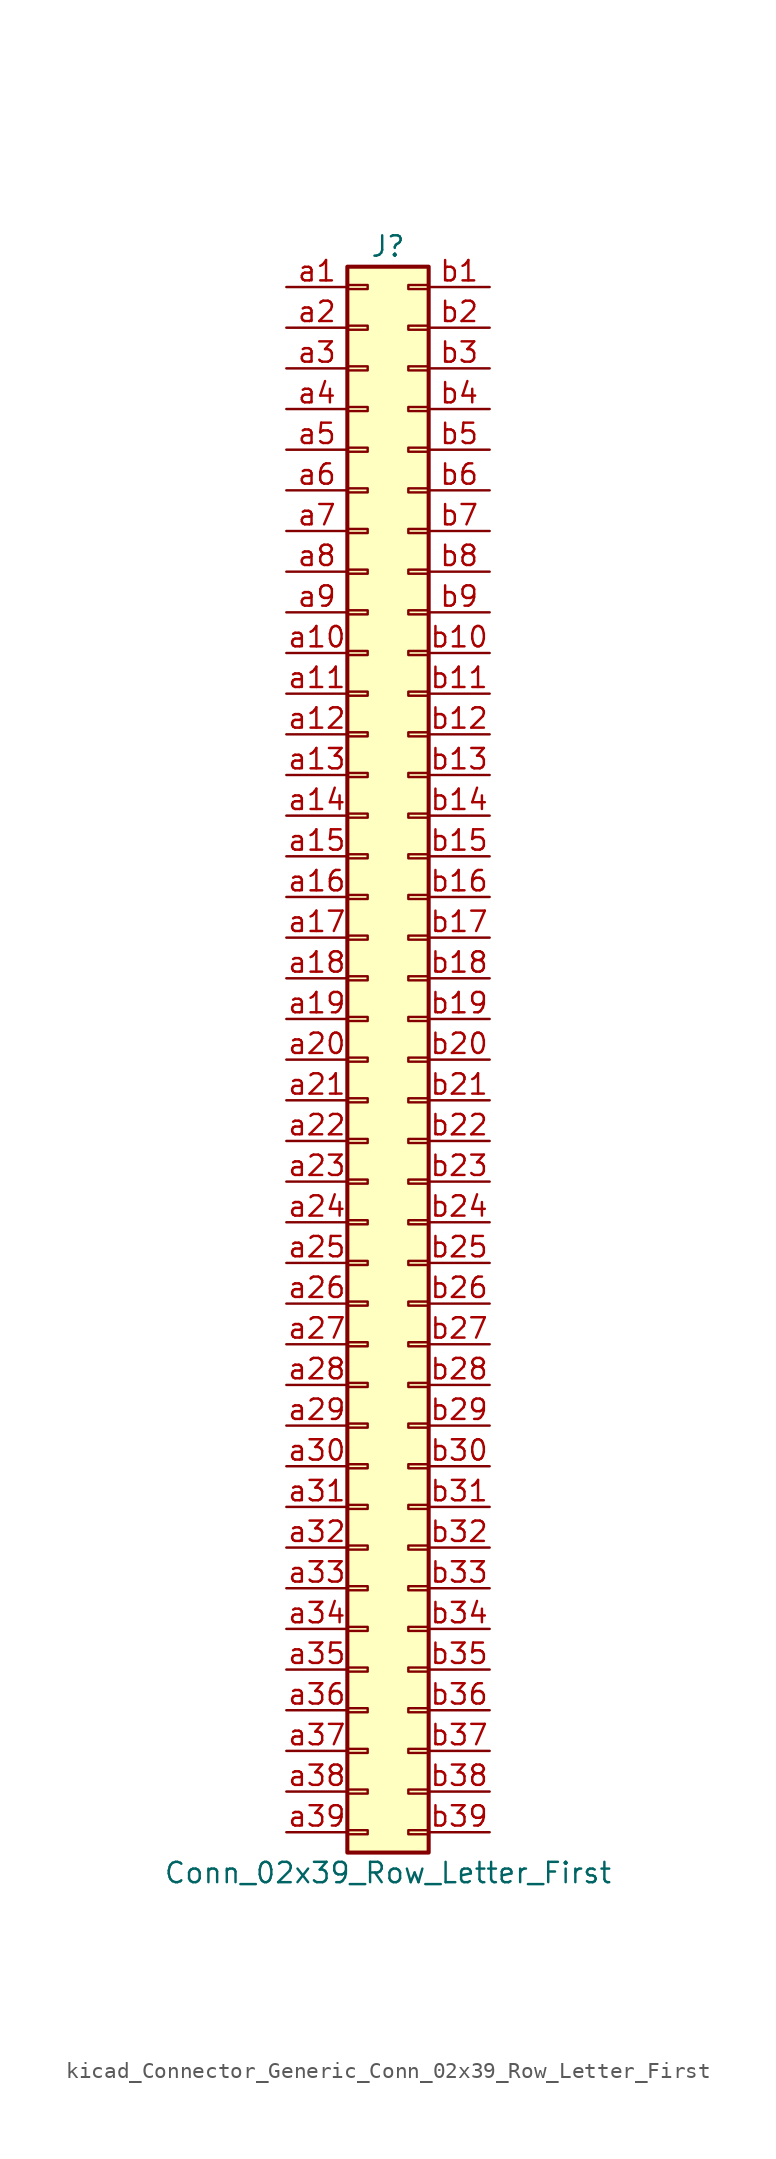
<source format=kicad_sym>
(kicad_symbol_lib
  (version 20220914)
  (generator kicad_symbol_editor)
  (symbol "kicad_Connector_Generic_Conn_02x39_Row_Letter_First"
    (pin_names
      (offset 1.016) hide)
    (property "Reference" "J"
      (at 1.27 50.8 0)
      (effects (font (size 1.27 1.27))))
    (property "Value" "Conn_02x39_Row_Letter_First"
      (at 1.27 -50.8 0)
      (effects (font (size 1.27 1.27))))
    (symbol "kicad_Connector_Generic_Conn_02x39_Row_Letter_First_1_1"
      (rectangle (start -1.27 -48.133) (end 0 -48.387) (stroke (width 0.152) (type default)) (fill (type none)))
      (rectangle (start -1.27 -45.593) (end 0 -45.847) (stroke (width 0.152) (type default)) (fill (type none)))
      (rectangle (start -1.27 -43.053) (end 0 -43.307) (stroke (width 0.152) (type default)) (fill (type none)))
      (rectangle (start -1.27 -40.513) (end 0 -40.767) (stroke (width 0.152) (type default)) (fill (type none)))
      (rectangle (start -1.27 -37.973) (end 0 -38.227) (stroke (width 0.152) (type default)) (fill (type none)))
      (rectangle (start -1.27 -35.433) (end 0 -35.687) (stroke (width 0.152) (type default)) (fill (type none)))
      (rectangle (start -1.27 -32.893) (end 0 -33.147) (stroke (width 0.152) (type default)) (fill (type none)))
      (rectangle (start -1.27 -30.353) (end 0 -30.607) (stroke (width 0.152) (type default)) (fill (type none)))
      (rectangle (start -1.27 -27.813) (end 0 -28.067) (stroke (width 0.152) (type default)) (fill (type none)))
      (rectangle (start -1.27 -25.273) (end 0 -25.527) (stroke (width 0.152) (type default)) (fill (type none)))
      (rectangle (start -1.27 -22.733) (end 0 -22.987) (stroke (width 0.152) (type default)) (fill (type none)))
      (rectangle (start -1.27 -20.193) (end 0 -20.447) (stroke (width 0.152) (type default)) (fill (type none)))
      (rectangle (start -1.27 -17.653) (end 0 -17.907) (stroke (width 0.152) (type default)) (fill (type none)))
      (rectangle (start -1.27 -15.113) (end 0 -15.367) (stroke (width 0.152) (type default)) (fill (type none)))
      (rectangle (start -1.27 -12.573) (end 0 -12.827) (stroke (width 0.152) (type default)) (fill (type none)))
      (rectangle (start -1.27 -10.033) (end 0 -10.287) (stroke (width 0.152) (type default)) (fill (type none)))
      (rectangle (start -1.27 -7.493) (end 0 -7.747) (stroke (width 0.152) (type default)) (fill (type none)))
      (rectangle (start -1.27 -4.953) (end 0 -5.207) (stroke (width 0.152) (type default)) (fill (type none)))
      (rectangle (start -1.27 -2.413) (end 0 -2.667) (stroke (width 0.152) (type default)) (fill (type none)))
      (rectangle (start -1.27 0.127) (end 0 -0.127) (stroke (width 0.152) (type default)) (fill (type none)))
      (rectangle (start -1.27 2.667) (end 0 2.413) (stroke (width 0.152) (type default)) (fill (type none)))
      (rectangle (start -1.27 5.207) (end 0 4.953) (stroke (width 0.152) (type default)) (fill (type none)))
      (rectangle (start -1.27 7.747) (end 0 7.493) (stroke (width 0.152) (type default)) (fill (type none)))
      (rectangle (start -1.27 10.287) (end 0 10.033) (stroke (width 0.152) (type default)) (fill (type none)))
      (rectangle (start -1.27 12.827) (end 0 12.573) (stroke (width 0.152) (type default)) (fill (type none)))
      (rectangle (start -1.27 15.367) (end 0 15.113) (stroke (width 0.152) (type default)) (fill (type none)))
      (rectangle (start -1.27 17.907) (end 0 17.653) (stroke (width 0.152) (type default)) (fill (type none)))
      (rectangle (start -1.27 20.447) (end 0 20.193) (stroke (width 0.152) (type default)) (fill (type none)))
      (rectangle (start -1.27 22.987) (end 0 22.733) (stroke (width 0.152) (type default)) (fill (type none)))
      (rectangle (start -1.27 25.527) (end 0 25.273) (stroke (width 0.152) (type default)) (fill (type none)))
      (rectangle (start -1.27 28.067) (end 0 27.813) (stroke (width 0.152) (type default)) (fill (type none)))
      (rectangle (start -1.27 30.607) (end 0 30.353) (stroke (width 0.152) (type default)) (fill (type none)))
      (rectangle (start -1.27 33.147) (end 0 32.893) (stroke (width 0.152) (type default)) (fill (type none)))
      (rectangle (start -1.27 35.687) (end 0 35.433) (stroke (width 0.152) (type default)) (fill (type none)))
      (rectangle (start -1.27 38.227) (end 0 37.973) (stroke (width 0.152) (type default)) (fill (type none)))
      (rectangle (start -1.27 40.767) (end 0 40.513) (stroke (width 0.152) (type default)) (fill (type none)))
      (rectangle (start -1.27 43.307) (end 0 43.053) (stroke (width 0.152) (type default)) (fill (type none)))
      (rectangle (start -1.27 45.847) (end 0 45.593) (stroke (width 0.152) (type default)) (fill (type none)))
      (rectangle (start -1.27 48.387) (end 0 48.133) (stroke (width 0.152) (type default)) (fill (type none)))
      (rectangle (start -1.27 49.53) (end 3.81 -49.53) (stroke (width 0.254) (type default)) (fill (type background)))
      (rectangle (start 3.81 -48.133) (end 2.54 -48.387) (stroke (width 0.152) (type default)) (fill (type none)))
      (rectangle (start 3.81 -45.593) (end 2.54 -45.847) (stroke (width 0.152) (type default)) (fill (type none)))
      (rectangle (start 3.81 -43.053) (end 2.54 -43.307) (stroke (width 0.152) (type default)) (fill (type none)))
      (rectangle (start 3.81 -40.513) (end 2.54 -40.767) (stroke (width 0.152) (type default)) (fill (type none)))
      (rectangle (start 3.81 -37.973) (end 2.54 -38.227) (stroke (width 0.152) (type default)) (fill (type none)))
      (rectangle (start 3.81 -35.433) (end 2.54 -35.687) (stroke (width 0.152) (type default)) (fill (type none)))
      (rectangle (start 3.81 -32.893) (end 2.54 -33.147) (stroke (width 0.152) (type default)) (fill (type none)))
      (rectangle (start 3.81 -30.353) (end 2.54 -30.607) (stroke (width 0.152) (type default)) (fill (type none)))
      (rectangle (start 3.81 -27.813) (end 2.54 -28.067) (stroke (width 0.152) (type default)) (fill (type none)))
      (rectangle (start 3.81 -25.273) (end 2.54 -25.527) (stroke (width 0.152) (type default)) (fill (type none)))
      (rectangle (start 3.81 -22.733) (end 2.54 -22.987) (stroke (width 0.152) (type default)) (fill (type none)))
      (rectangle (start 3.81 -20.193) (end 2.54 -20.447) (stroke (width 0.152) (type default)) (fill (type none)))
      (rectangle (start 3.81 -17.653) (end 2.54 -17.907) (stroke (width 0.152) (type default)) (fill (type none)))
      (rectangle (start 3.81 -15.113) (end 2.54 -15.367) (stroke (width 0.152) (type default)) (fill (type none)))
      (rectangle (start 3.81 -12.573) (end 2.54 -12.827) (stroke (width 0.152) (type default)) (fill (type none)))
      (rectangle (start 3.81 -10.033) (end 2.54 -10.287) (stroke (width 0.152) (type default)) (fill (type none)))
      (rectangle (start 3.81 -7.493) (end 2.54 -7.747) (stroke (width 0.152) (type default)) (fill (type none)))
      (rectangle (start 3.81 -4.953) (end 2.54 -5.207) (stroke (width 0.152) (type default)) (fill (type none)))
      (rectangle (start 3.81 -2.413) (end 2.54 -2.667) (stroke (width 0.152) (type default)) (fill (type none)))
      (rectangle (start 3.81 0.127) (end 2.54 -0.127) (stroke (width 0.152) (type default)) (fill (type none)))
      (rectangle (start 3.81 2.667) (end 2.54 2.413) (stroke (width 0.152) (type default)) (fill (type none)))
      (rectangle (start 3.81 5.207) (end 2.54 4.953) (stroke (width 0.152) (type default)) (fill (type none)))
      (rectangle (start 3.81 7.747) (end 2.54 7.493) (stroke (width 0.152) (type default)) (fill (type none)))
      (rectangle (start 3.81 10.287) (end 2.54 10.033) (stroke (width 0.152) (type default)) (fill (type none)))
      (rectangle (start 3.81 12.827) (end 2.54 12.573) (stroke (width 0.152) (type default)) (fill (type none)))
      (rectangle (start 3.81 15.367) (end 2.54 15.113) (stroke (width 0.152) (type default)) (fill (type none)))
      (rectangle (start 3.81 17.907) (end 2.54 17.653) (stroke (width 0.152) (type default)) (fill (type none)))
      (rectangle (start 3.81 20.447) (end 2.54 20.193) (stroke (width 0.152) (type default)) (fill (type none)))
      (rectangle (start 3.81 22.987) (end 2.54 22.733) (stroke (width 0.152) (type default)) (fill (type none)))
      (rectangle (start 3.81 25.527) (end 2.54 25.273) (stroke (width 0.152) (type default)) (fill (type none)))
      (rectangle (start 3.81 28.067) (end 2.54 27.813) (stroke (width 0.152) (type default)) (fill (type none)))
      (rectangle (start 3.81 30.607) (end 2.54 30.353) (stroke (width 0.152) (type default)) (fill (type none)))
      (rectangle (start 3.81 33.147) (end 2.54 32.893) (stroke (width 0.152) (type default)) (fill (type none)))
      (rectangle (start 3.81 35.687) (end 2.54 35.433) (stroke (width 0.152) (type default)) (fill (type none)))
      (rectangle (start 3.81 38.227) (end 2.54 37.973) (stroke (width 0.152) (type default)) (fill (type none)))
      (rectangle (start 3.81 40.767) (end 2.54 40.513) (stroke (width 0.152) (type default)) (fill (type none)))
      (rectangle (start 3.81 43.307) (end 2.54 43.053) (stroke (width 0.152) (type default)) (fill (type none)))
      (rectangle (start 3.81 45.847) (end 2.54 45.593) (stroke (width 0.152) (type default)) (fill (type none)))
      (rectangle (start 3.81 48.387) (end 2.54 48.133) (stroke (width 0.152) (type default)) (fill (type none)))
      (pin passive line (at -5.08 48.26 0) (length 3.81) (name "Pin_a1" (effects (font (size 1.27 1.27)))) (number "a1" (effects (font (size 1.27 1.27)))))
      (pin passive line (at -5.08 25.4 0) (length 3.81) (name "Pin_a10" (effects (font (size 1.27 1.27)))) (number "a10" (effects (font (size 1.27 1.27)))))
      (pin passive line (at -5.08 22.86 0) (length 3.81) (name "Pin_a11" (effects (font (size 1.27 1.27)))) (number "a11" (effects (font (size 1.27 1.27)))))
      (pin passive line (at -5.08 20.32 0) (length 3.81) (name "Pin_a12" (effects (font (size 1.27 1.27)))) (number "a12" (effects (font (size 1.27 1.27)))))
      (pin passive line (at -5.08 17.78 0) (length 3.81) (name "Pin_a13" (effects (font (size 1.27 1.27)))) (number "a13" (effects (font (size 1.27 1.27)))))
      (pin passive line (at -5.08 15.24 0) (length 3.81) (name "Pin_a14" (effects (font (size 1.27 1.27)))) (number "a14" (effects (font (size 1.27 1.27)))))
      (pin passive line (at -5.08 12.7 0) (length 3.81) (name "Pin_a15" (effects (font (size 1.27 1.27)))) (number "a15" (effects (font (size 1.27 1.27)))))
      (pin passive line (at -5.08 10.16 0) (length 3.81) (name "Pin_a16" (effects (font (size 1.27 1.27)))) (number "a16" (effects (font (size 1.27 1.27)))))
      (pin passive line (at -5.08 7.62 0) (length 3.81) (name "Pin_a17" (effects (font (size 1.27 1.27)))) (number "a17" (effects (font (size 1.27 1.27)))))
      (pin passive line (at -5.08 5.08 0) (length 3.81) (name "Pin_a18" (effects (font (size 1.27 1.27)))) (number "a18" (effects (font (size 1.27 1.27)))))
      (pin passive line (at -5.08 2.54 0) (length 3.81) (name "Pin_a19" (effects (font (size 1.27 1.27)))) (number "a19" (effects (font (size 1.27 1.27)))))
      (pin passive line (at -5.08 45.72 0) (length 3.81) (name "Pin_a2" (effects (font (size 1.27 1.27)))) (number "a2" (effects (font (size 1.27 1.27)))))
      (pin passive line (at -5.08 0 0) (length 3.81) (name "Pin_a20" (effects (font (size 1.27 1.27)))) (number "a20" (effects (font (size 1.27 1.27)))))
      (pin passive line (at -5.08 -2.54 0) (length 3.81) (name "Pin_a21" (effects (font (size 1.27 1.27)))) (number "a21" (effects (font (size 1.27 1.27)))))
      (pin passive line (at -5.08 -5.08 0) (length 3.81) (name "Pin_a22" (effects (font (size 1.27 1.27)))) (number "a22" (effects (font (size 1.27 1.27)))))
      (pin passive line (at -5.08 -7.62 0) (length 3.81) (name "Pin_a23" (effects (font (size 1.27 1.27)))) (number "a23" (effects (font (size 1.27 1.27)))))
      (pin passive line (at -5.08 -10.16 0) (length 3.81) (name "Pin_a24" (effects (font (size 1.27 1.27)))) (number "a24" (effects (font (size 1.27 1.27)))))
      (pin passive line (at -5.08 -12.7 0) (length 3.81) (name "Pin_a25" (effects (font (size 1.27 1.27)))) (number "a25" (effects (font (size 1.27 1.27)))))
      (pin passive line (at -5.08 -15.24 0) (length 3.81) (name "Pin_a26" (effects (font (size 1.27 1.27)))) (number "a26" (effects (font (size 1.27 1.27)))))
      (pin passive line (at -5.08 -17.78 0) (length 3.81) (name "Pin_a27" (effects (font (size 1.27 1.27)))) (number "a27" (effects (font (size 1.27 1.27)))))
      (pin passive line (at -5.08 -20.32 0) (length 3.81) (name "Pin_a28" (effects (font (size 1.27 1.27)))) (number "a28" (effects (font (size 1.27 1.27)))))
      (pin passive line (at -5.08 -22.86 0) (length 3.81) (name "Pin_a29" (effects (font (size 1.27 1.27)))) (number "a29" (effects (font (size 1.27 1.27)))))
      (pin passive line (at -5.08 43.18 0) (length 3.81) (name "Pin_a3" (effects (font (size 1.27 1.27)))) (number "a3" (effects (font (size 1.27 1.27)))))
      (pin passive line (at -5.08 -25.4 0) (length 3.81) (name "Pin_a30" (effects (font (size 1.27 1.27)))) (number "a30" (effects (font (size 1.27 1.27)))))
      (pin passive line (at -5.08 -27.94 0) (length 3.81) (name "Pin_a31" (effects (font (size 1.27 1.27)))) (number "a31" (effects (font (size 1.27 1.27)))))
      (pin passive line (at -5.08 -30.48 0) (length 3.81) (name "Pin_a32" (effects (font (size 1.27 1.27)))) (number "a32" (effects (font (size 1.27 1.27)))))
      (pin passive line (at -5.08 -33.02 0) (length 3.81) (name "Pin_a33" (effects (font (size 1.27 1.27)))) (number "a33" (effects (font (size 1.27 1.27)))))
      (pin passive line (at -5.08 -35.56 0) (length 3.81) (name "Pin_a34" (effects (font (size 1.27 1.27)))) (number "a34" (effects (font (size 1.27 1.27)))))
      (pin passive line (at -5.08 -38.1 0) (length 3.81) (name "Pin_a35" (effects (font (size 1.27 1.27)))) (number "a35" (effects (font (size 1.27 1.27)))))
      (pin passive line (at -5.08 -40.64 0) (length 3.81) (name "Pin_a36" (effects (font (size 1.27 1.27)))) (number "a36" (effects (font (size 1.27 1.27)))))
      (pin passive line (at -5.08 -43.18 0) (length 3.81) (name "Pin_a37" (effects (font (size 1.27 1.27)))) (number "a37" (effects (font (size 1.27 1.27)))))
      (pin passive line (at -5.08 -45.72 0) (length 3.81) (name "Pin_a38" (effects (font (size 1.27 1.27)))) (number "a38" (effects (font (size 1.27 1.27)))))
      (pin passive line (at -5.08 -48.26 0) (length 3.81) (name "Pin_a39" (effects (font (size 1.27 1.27)))) (number "a39" (effects (font (size 1.27 1.27)))))
      (pin passive line (at -5.08 40.64 0) (length 3.81) (name "Pin_a4" (effects (font (size 1.27 1.27)))) (number "a4" (effects (font (size 1.27 1.27)))))
      (pin passive line (at -5.08 38.1 0) (length 3.81) (name "Pin_a5" (effects (font (size 1.27 1.27)))) (number "a5" (effects (font (size 1.27 1.27)))))
      (pin passive line (at -5.08 35.56 0) (length 3.81) (name "Pin_a6" (effects (font (size 1.27 1.27)))) (number "a6" (effects (font (size 1.27 1.27)))))
      (pin passive line (at -5.08 33.02 0) (length 3.81) (name "Pin_a7" (effects (font (size 1.27 1.27)))) (number "a7" (effects (font (size 1.27 1.27)))))
      (pin passive line (at -5.08 30.48 0) (length 3.81) (name "Pin_a8" (effects (font (size 1.27 1.27)))) (number "a8" (effects (font (size 1.27 1.27)))))
      (pin passive line (at -5.08 27.94 0) (length 3.81) (name "Pin_a9" (effects (font (size 1.27 1.27)))) (number "a9" (effects (font (size 1.27 1.27)))))
      (pin passive line (at 7.62 48.26 180) (length 3.81) (name "Pin_b1" (effects (font (size 1.27 1.27)))) (number "b1" (effects (font (size 1.27 1.27)))))
      (pin passive line (at 7.62 25.4 180) (length 3.81) (name "Pin_b10" (effects (font (size 1.27 1.27)))) (number "b10" (effects (font (size 1.27 1.27)))))
      (pin passive line (at 7.62 22.86 180) (length 3.81) (name "Pin_b11" (effects (font (size 1.27 1.27)))) (number "b11" (effects (font (size 1.27 1.27)))))
      (pin passive line (at 7.62 20.32 180) (length 3.81) (name "Pin_b12" (effects (font (size 1.27 1.27)))) (number "b12" (effects (font (size 1.27 1.27)))))
      (pin passive line (at 7.62 17.78 180) (length 3.81) (name "Pin_b13" (effects (font (size 1.27 1.27)))) (number "b13" (effects (font (size 1.27 1.27)))))
      (pin passive line (at 7.62 15.24 180) (length 3.81) (name "Pin_b14" (effects (font (size 1.27 1.27)))) (number "b14" (effects (font (size 1.27 1.27)))))
      (pin passive line (at 7.62 12.7 180) (length 3.81) (name "Pin_b15" (effects (font (size 1.27 1.27)))) (number "b15" (effects (font (size 1.27 1.27)))))
      (pin passive line (at 7.62 10.16 180) (length 3.81) (name "Pin_b16" (effects (font (size 1.27 1.27)))) (number "b16" (effects (font (size 1.27 1.27)))))
      (pin passive line (at 7.62 7.62 180) (length 3.81) (name "Pin_b17" (effects (font (size 1.27 1.27)))) (number "b17" (effects (font (size 1.27 1.27)))))
      (pin passive line (at 7.62 5.08 180) (length 3.81) (name "Pin_b18" (effects (font (size 1.27 1.27)))) (number "b18" (effects (font (size 1.27 1.27)))))
      (pin passive line (at 7.62 2.54 180) (length 3.81) (name "Pin_b19" (effects (font (size 1.27 1.27)))) (number "b19" (effects (font (size 1.27 1.27)))))
      (pin passive line (at 7.62 45.72 180) (length 3.81) (name "Pin_b2" (effects (font (size 1.27 1.27)))) (number "b2" (effects (font (size 1.27 1.27)))))
      (pin passive line (at 7.62 0 180) (length 3.81) (name "Pin_b20" (effects (font (size 1.27 1.27)))) (number "b20" (effects (font (size 1.27 1.27)))))
      (pin passive line (at 7.62 -2.54 180) (length 3.81) (name "Pin_b21" (effects (font (size 1.27 1.27)))) (number "b21" (effects (font (size 1.27 1.27)))))
      (pin passive line (at 7.62 -5.08 180) (length 3.81) (name "Pin_b22" (effects (font (size 1.27 1.27)))) (number "b22" (effects (font (size 1.27 1.27)))))
      (pin passive line (at 7.62 -7.62 180) (length 3.81) (name "Pin_b23" (effects (font (size 1.27 1.27)))) (number "b23" (effects (font (size 1.27 1.27)))))
      (pin passive line (at 7.62 -10.16 180) (length 3.81) (name "Pin_b24" (effects (font (size 1.27 1.27)))) (number "b24" (effects (font (size 1.27 1.27)))))
      (pin passive line (at 7.62 -12.7 180) (length 3.81) (name "Pin_b25" (effects (font (size 1.27 1.27)))) (number "b25" (effects (font (size 1.27 1.27)))))
      (pin passive line (at 7.62 -15.24 180) (length 3.81) (name "Pin_b26" (effects (font (size 1.27 1.27)))) (number "b26" (effects (font (size 1.27 1.27)))))
      (pin passive line (at 7.62 -17.78 180) (length 3.81) (name "Pin_b27" (effects (font (size 1.27 1.27)))) (number "b27" (effects (font (size 1.27 1.27)))))
      (pin passive line (at 7.62 -20.32 180) (length 3.81) (name "Pin_b28" (effects (font (size 1.27 1.27)))) (number "b28" (effects (font (size 1.27 1.27)))))
      (pin passive line (at 7.62 -22.86 180) (length 3.81) (name "Pin_b29" (effects (font (size 1.27 1.27)))) (number "b29" (effects (font (size 1.27 1.27)))))
      (pin passive line (at 7.62 43.18 180) (length 3.81) (name "Pin_b3" (effects (font (size 1.27 1.27)))) (number "b3" (effects (font (size 1.27 1.27)))))
      (pin passive line (at 7.62 -25.4 180) (length 3.81) (name "Pin_b30" (effects (font (size 1.27 1.27)))) (number "b30" (effects (font (size 1.27 1.27)))))
      (pin passive line (at 7.62 -27.94 180) (length 3.81) (name "Pin_b31" (effects (font (size 1.27 1.27)))) (number "b31" (effects (font (size 1.27 1.27)))))
      (pin passive line (at 7.62 -30.48 180) (length 3.81) (name "Pin_b32" (effects (font (size 1.27 1.27)))) (number "b32" (effects (font (size 1.27 1.27)))))
      (pin passive line (at 7.62 -33.02 180) (length 3.81) (name "Pin_b33" (effects (font (size 1.27 1.27)))) (number "b33" (effects (font (size 1.27 1.27)))))
      (pin passive line (at 7.62 -35.56 180) (length 3.81) (name "Pin_b34" (effects (font (size 1.27 1.27)))) (number "b34" (effects (font (size 1.27 1.27)))))
      (pin passive line (at 7.62 -38.1 180) (length 3.81) (name "Pin_b35" (effects (font (size 1.27 1.27)))) (number "b35" (effects (font (size 1.27 1.27)))))
      (pin passive line (at 7.62 -40.64 180) (length 3.81) (name "Pin_b36" (effects (font (size 1.27 1.27)))) (number "b36" (effects (font (size 1.27 1.27)))))
      (pin passive line (at 7.62 -43.18 180) (length 3.81) (name "Pin_b37" (effects (font (size 1.27 1.27)))) (number "b37" (effects (font (size 1.27 1.27)))))
      (pin passive line (at 7.62 -45.72 180) (length 3.81) (name "Pin_b38" (effects (font (size 1.27 1.27)))) (number "b38" (effects (font (size 1.27 1.27)))))
      (pin passive line (at 7.62 -48.26 180) (length 3.81) (name "Pin_b39" (effects (font (size 1.27 1.27)))) (number "b39" (effects (font (size 1.27 1.27)))))
      (pin passive line (at 7.62 40.64 180) (length 3.81) (name "Pin_b4" (effects (font (size 1.27 1.27)))) (number "b4" (effects (font (size 1.27 1.27)))))
      (pin passive line (at 7.62 38.1 180) (length 3.81) (name "Pin_b5" (effects (font (size 1.27 1.27)))) (number "b5" (effects (font (size 1.27 1.27)))))
      (pin passive line (at 7.62 35.56 180) (length 3.81) (name "Pin_b6" (effects (font (size 1.27 1.27)))) (number "b6" (effects (font (size 1.27 1.27)))))
      (pin passive line (at 7.62 33.02 180) (length 3.81) (name "Pin_b7" (effects (font (size 1.27 1.27)))) (number "b7" (effects (font (size 1.27 1.27)))))
      (pin passive line (at 7.62 30.48 180) (length 3.81) (name "Pin_b8" (effects (font (size 1.27 1.27)))) (number "b8" (effects (font (size 1.27 1.27)))))
      (pin passive line (at 7.62 27.94 180) (length 3.81) (name "Pin_b9" (effects (font (size 1.27 1.27)))) (number "b9" (effects (font (size 1.27 1.27))))))))
</source>
